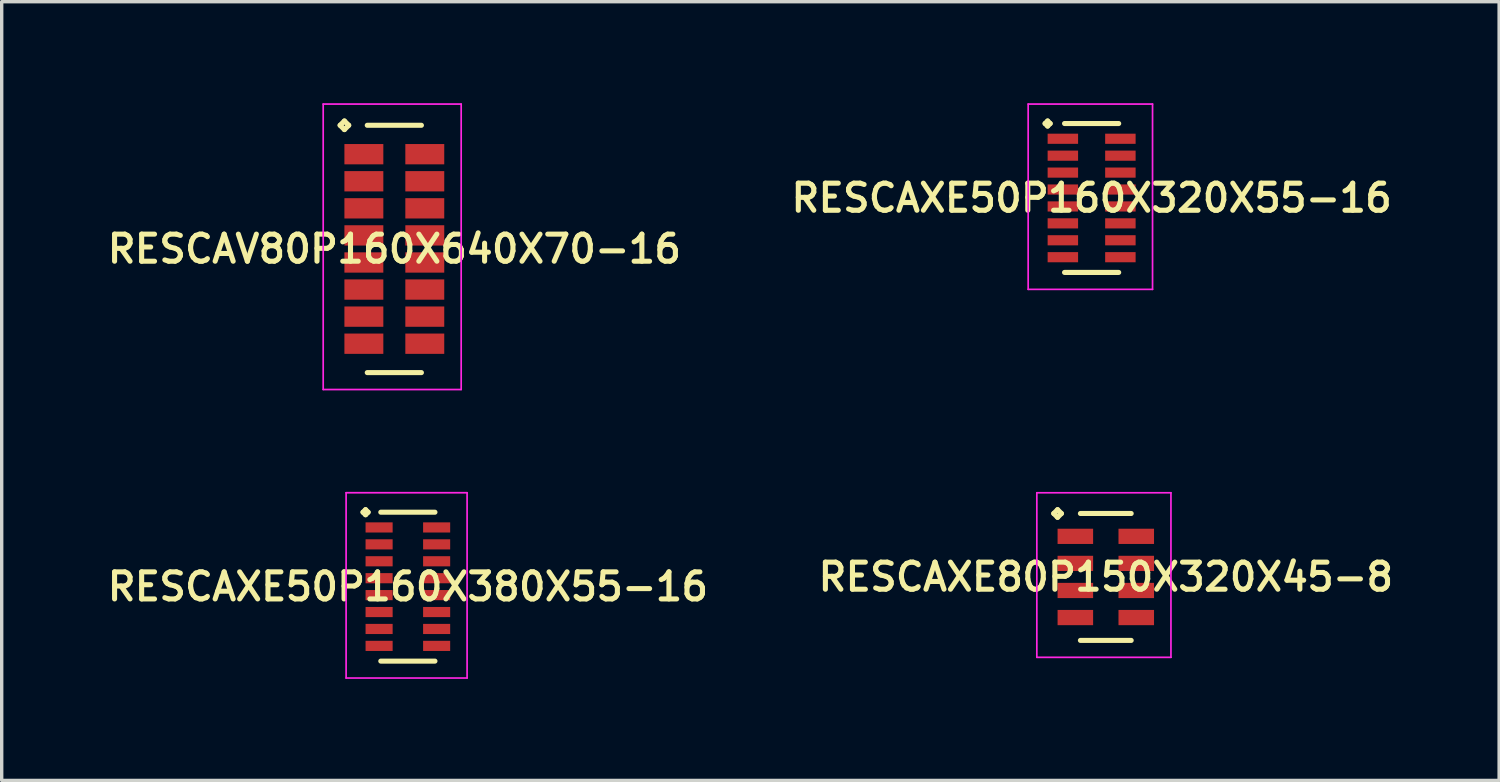
<source format=kicad_pcb>
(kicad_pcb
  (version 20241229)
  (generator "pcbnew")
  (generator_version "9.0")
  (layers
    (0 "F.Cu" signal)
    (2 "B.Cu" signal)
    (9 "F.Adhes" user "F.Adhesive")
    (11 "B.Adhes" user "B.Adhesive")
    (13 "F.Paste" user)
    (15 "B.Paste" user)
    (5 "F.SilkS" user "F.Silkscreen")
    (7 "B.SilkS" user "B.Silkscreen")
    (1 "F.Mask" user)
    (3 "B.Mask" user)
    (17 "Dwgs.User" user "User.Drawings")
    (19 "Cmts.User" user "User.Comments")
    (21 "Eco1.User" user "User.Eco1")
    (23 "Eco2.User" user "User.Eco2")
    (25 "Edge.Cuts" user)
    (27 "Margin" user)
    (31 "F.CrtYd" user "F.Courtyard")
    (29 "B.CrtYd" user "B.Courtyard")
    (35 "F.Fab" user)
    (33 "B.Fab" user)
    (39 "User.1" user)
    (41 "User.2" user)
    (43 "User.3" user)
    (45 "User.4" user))
  (footprint "RESCAXE50P160X380X55-16"
    (layer "F.Cu")
    (at 9.002 14.285)
    (property "Reference" "RESCAXE50P160X380X55-16" (at 0 0 0) (layer "F.SilkS") (effects (font (size 0.8 0.8) (thickness 0.15))))
    (attr smd)
    (fp_line (start -1.325 -2.2) (end -1.25 -2.275) (stroke (width 0.15) (type solid)) (layer "F.SilkS"))
    (fp_line (start -1.25 -2.275) (end -1.175 -2.2) (stroke (width 0.15) (type solid)) (layer "F.SilkS"))
    (fp_line (start -1.25 -2.125) (end -1.325 -2.2) (stroke (width 0.15) (type solid)) (layer "F.SilkS"))
    (fp_line (start -1.175 -2.2) (end -1.25 -2.125) (stroke (width 0.15) (type solid)) (layer "F.SilkS"))
    (fp_line (start -0.8 -2.2) (end 0.8 -2.2) (stroke (width 0.15) (type solid)) (layer "F.SilkS"))
    (fp_line (start -0.8 2.2) (end 0.8 2.2) (stroke (width 0.15) (type solid)) (layer "F.SilkS"))
    (fp_line (start -1.825 -2.775) (end 1.75 -2.775) (stroke (width 0.05) (type solid)) (layer "F.CrtYd"))
    (fp_line (start -1.825 2.7) (end -1.825 -2.775) (stroke (width 0.05) (type solid)) (layer "F.CrtYd"))
    (fp_line (start 1.75 -2.775) (end 1.75 2.7) (stroke (width 0.05) (type solid)) (layer "F.CrtYd"))
    (fp_line (start 1.75 2.7) (end -1.825 2.7) (stroke (width 0.05) (type solid)) (layer "F.CrtYd"))
    (pad "1" smd rect (at -0.85 -1.75) (size 0.8 0.3) (layers "F.Cu" "F.Mask" "F.Paste"))
    (pad "2" smd rect (at -0.85 -1.25) (size 0.8 0.3) (layers "F.Cu" "F.Mask" "F.Paste"))
    (pad "3" smd rect (at -0.85 -0.75) (size 0.8 0.3) (layers "F.Cu" "F.Mask" "F.Paste"))
    (pad "4" smd rect (at -0.85 -0.25) (size 0.8 0.3) (layers "F.Cu" "F.Mask" "F.Paste"))
    (pad "5" smd rect (at -0.85 0.25) (size 0.8 0.3) (layers "F.Cu" "F.Mask" "F.Paste"))
    (pad "6" smd rect (at -0.85 0.75) (size 0.8 0.3) (layers "F.Cu" "F.Mask" "F.Paste"))
    (pad "7" smd rect (at -0.85 1.25) (size 0.8 0.3) (layers "F.Cu" "F.Mask" "F.Paste"))
    (pad "8" smd rect (at -0.85 1.75) (size 0.8 0.3) (layers "F.Cu" "F.Mask" "F.Paste"))
    (pad "9" smd rect (at 0.85 1.75) (size 0.8 0.3) (layers "F.Cu" "F.Mask" "F.Paste"))
    (pad "10" smd rect (at 0.85 1.25) (size 0.8 0.3) (layers "F.Cu" "F.Mask" "F.Paste"))
    (pad "11" smd rect (at 0.85 0.75) (size 0.8 0.3) (layers "F.Cu" "F.Mask" "F.Paste"))
    (pad "12" smd rect (at 0.85 0.25) (size 0.8 0.3) (layers "F.Cu" "F.Mask" "F.Paste"))
    (pad "13" smd rect (at 0.85 -0.25) (size 0.8 0.3) (layers "F.Cu" "F.Mask" "F.Paste"))
    (pad "14" smd rect (at 0.85 -0.75) (size 0.8 0.3) (layers "F.Cu" "F.Mask" "F.Paste"))
    (pad "15" smd rect (at 0.85 -1.25) (size 0.8 0.3) (layers "F.Cu" "F.Mask" "F.Paste"))
    (pad "16" smd rect (at 0.85 -1.75) (size 0.8 0.3) (layers "F.Cu" "F.Mask" "F.Paste")))
  (footprint "RESCAXE80P150X320X45-8"
    (layer "F.Cu")
    (at 29.625 13.998)
    (property "Reference" "RESCAXE80P150X320X45-8" (at 0 0 0) (layer "F.SilkS") (effects (font (size 0.8 0.8) (thickness 0.15))))
    (attr smd)
    (fp_line (start -1.538 -1.875) (end -1.425 -1.988) (stroke (width 0.15) (type solid)) (layer "F.SilkS"))
    (fp_line (start -1.425 -1.988) (end -1.312 -1.875) (stroke (width 0.15) (type solid)) (layer "F.SilkS"))
    (fp_line (start -1.425 -1.762) (end -1.538 -1.875) (stroke (width 0.15) (type solid)) (layer "F.SilkS"))
    (fp_line (start -1.312 -1.875) (end -1.425 -1.762) (stroke (width 0.15) (type solid)) (layer "F.SilkS"))
    (fp_line (start -0.75 -1.875) (end 0.75 -1.875) (stroke (width 0.15) (type solid)) (layer "F.SilkS"))
    (fp_line (start -0.75 1.875) (end 0.75 1.875) (stroke (width 0.15) (type solid)) (layer "F.SilkS"))
    (fp_line (start -2.038 -2.487) (end 1.925 -2.487) (stroke (width 0.05) (type solid)) (layer "F.CrtYd"))
    (fp_line (start -2.038 2.375) (end -2.038 -2.487) (stroke (width 0.05) (type solid)) (layer "F.CrtYd"))
    (fp_line (start 1.925 -2.487) (end 1.925 2.375) (stroke (width 0.05) (type solid)) (layer "F.CrtYd"))
    (fp_line (start 1.925 2.375) (end -2.038 2.375) (stroke (width 0.05) (type solid)) (layer "F.CrtYd"))
    (pad "1" smd rect (at -0.9 -1.2) (size 1.05 0.45) (layers "F.Cu" "F.Mask" "F.Paste"))
    (pad "2" smd rect (at -0.9 -0.4) (size 1.05 0.45) (layers "F.Cu" "F.Mask" "F.Paste"))
    (pad "3" smd rect (at -0.9 0.4) (size 1.05 0.45) (layers "F.Cu" "F.Mask" "F.Paste"))
    (pad "4" smd rect (at -0.9 1.2) (size 1.05 0.45) (layers "F.Cu" "F.Mask" "F.Paste"))
    (pad "5" smd rect (at 0.9 1.2) (size 1.05 0.45) (layers "F.Cu" "F.Mask" "F.Paste"))
    (pad "6" smd rect (at 0.9 0.4) (size 1.05 0.45) (layers "F.Cu" "F.Mask" "F.Paste"))
    (pad "7" smd rect (at 0.9 -0.4) (size 1.05 0.45) (layers "F.Cu" "F.Mask" "F.Paste"))
    (pad "8" smd rect (at 0.9 -1.2) (size 1.05 0.45) (layers "F.Cu" "F.Mask" "F.Paste")))
  (footprint "RESCAXE50P160X320X55-16"
    (layer "F.Cu")
    (at 29.206 2.8)
    (property "Reference" "RESCAXE50P160X320X55-16" (at 0 0 0) (layer "F.SilkS") (effects (font (size 0.8 0.8) (thickness 0.15))))
    (attr smd)
    (fp_line (start -1.375 -2.2) (end -1.3 -2.275) (stroke (width 0.15) (type solid)) (layer "F.SilkS"))
    (fp_line (start -1.3 -2.275) (end -1.225 -2.2) (stroke (width 0.15) (type solid)) (layer "F.SilkS"))
    (fp_line (start -1.3 -2.125) (end -1.375 -2.2) (stroke (width 0.15) (type solid)) (layer "F.SilkS"))
    (fp_line (start -1.225 -2.2) (end -1.3 -2.125) (stroke (width 0.15) (type solid)) (layer "F.SilkS"))
    (fp_line (start -0.8 -2.2) (end 0.8 -2.2) (stroke (width 0.15) (type solid)) (layer "F.SilkS"))
    (fp_line (start -0.8 2.2) (end 0.8 2.2) (stroke (width 0.15) (type solid)) (layer "F.SilkS"))
    (fp_line (start -1.875 -2.775) (end 1.8 -2.775) (stroke (width 0.05) (type solid)) (layer "F.CrtYd"))
    (fp_line (start -1.875 2.7) (end -1.875 -2.775) (stroke (width 0.05) (type solid)) (layer "F.CrtYd"))
    (fp_line (start 1.8 -2.775) (end 1.8 2.7) (stroke (width 0.05) (type solid)) (layer "F.CrtYd"))
    (fp_line (start 1.8 2.7) (end -1.875 2.7) (stroke (width 0.05) (type solid)) (layer "F.CrtYd"))
    (pad "1" smd rect (at -0.85 -1.75) (size 0.9 0.3) (layers "F.Cu" "F.Mask" "F.Paste"))
    (pad "2" smd rect (at -0.85 -1.25) (size 0.9 0.3) (layers "F.Cu" "F.Mask" "F.Paste"))
    (pad "3" smd rect (at -0.85 -0.75) (size 0.9 0.3) (layers "F.Cu" "F.Mask" "F.Paste"))
    (pad "4" smd rect (at -0.85 -0.25) (size 0.9 0.3) (layers "F.Cu" "F.Mask" "F.Paste"))
    (pad "5" smd rect (at -0.85 0.25) (size 0.9 0.3) (layers "F.Cu" "F.Mask" "F.Paste"))
    (pad "6" smd rect (at -0.85 0.75) (size 0.9 0.3) (layers "F.Cu" "F.Mask" "F.Paste"))
    (pad "7" smd rect (at -0.85 1.25) (size 0.9 0.3) (layers "F.Cu" "F.Mask" "F.Paste"))
    (pad "8" smd rect (at -0.85 1.75) (size 0.9 0.3) (layers "F.Cu" "F.Mask" "F.Paste"))
    (pad "9" smd rect (at 0.85 1.75) (size 0.9 0.3) (layers "F.Cu" "F.Mask" "F.Paste"))
    (pad "10" smd rect (at 0.85 1.25) (size 0.9 0.3) (layers "F.Cu" "F.Mask" "F.Paste"))
    (pad "11" smd rect (at 0.85 0.75) (size 0.9 0.3) (layers "F.Cu" "F.Mask" "F.Paste"))
    (pad "12" smd rect (at 0.85 0.25) (size 0.9 0.3) (layers "F.Cu" "F.Mask" "F.Paste"))
    (pad "13" smd rect (at 0.85 -0.25) (size 0.9 0.3) (layers "F.Cu" "F.Mask" "F.Paste"))
    (pad "14" smd rect (at 0.85 -0.75) (size 0.9 0.3) (layers "F.Cu" "F.Mask" "F.Paste"))
    (pad "15" smd rect (at 0.85 -1.25) (size 0.9 0.3) (layers "F.Cu" "F.Mask" "F.Paste"))
    (pad "16" smd rect (at 0.85 -1.75) (size 0.9 0.3) (layers "F.Cu" "F.Mask" "F.Paste")))
  (footprint "RESCAV80P160X640X70-16"
    (layer "F.Cu")
    (at 8.602 4.306)
    (property "Reference" "RESCAV80P160X640X70-16" (at 0 0 0) (layer "F.SilkS") (effects (font (size 0.8 0.8) (thickness 0.15))))
    (attr smd)
    (fp_line (start -1.602 -3.654) (end -1.475 -3.781) (stroke (width 0.15) (type solid)) (layer "F.SilkS"))
    (fp_line (start -1.475 -3.781) (end -1.348 -3.654) (stroke (width 0.15) (type solid)) (layer "F.SilkS"))
    (fp_line (start -1.475 -3.527) (end -1.602 -3.654) (stroke (width 0.15) (type solid)) (layer "F.SilkS"))
    (fp_line (start -1.348 -3.654) (end -1.475 -3.527) (stroke (width 0.15) (type solid)) (layer "F.SilkS"))
    (fp_line (start -0.8 -3.654) (end 0.8 -3.654) (stroke (width 0.15) (type solid)) (layer "F.SilkS"))
    (fp_line (start -0.8 3.654) (end 0.8 3.654) (stroke (width 0.15) (type solid)) (layer "F.SilkS"))
    (fp_line (start -2.102 -4.281) (end 1.975 -4.281) (stroke (width 0.05) (type solid)) (layer "F.CrtYd"))
    (fp_line (start -2.102 4.154) (end -2.102 -4.281) (stroke (width 0.05) (type solid)) (layer "F.CrtYd"))
    (fp_line (start 1.975 -4.281) (end 1.975 4.154) (stroke (width 0.05) (type solid)) (layer "F.CrtYd"))
    (fp_line (start 1.975 4.154) (end -2.102 4.154) (stroke (width 0.05) (type solid)) (layer "F.CrtYd"))
    (pad "1" smd rect (at -0.9 -2.8) (size 1.15 0.6) (layers "F.Cu" "F.Mask" "F.Paste"))
    (pad "2" smd rect (at -0.9 -2) (size 1.15 0.6) (layers "F.Cu" "F.Mask" "F.Paste"))
    (pad "3" smd rect (at -0.9 -1.2) (size 1.15 0.6) (layers "F.Cu" "F.Mask" "F.Paste"))
    (pad "4" smd rect (at -0.9 -0.4) (size 1.15 0.6) (layers "F.Cu" "F.Mask" "F.Paste"))
    (pad "5" smd rect (at -0.9 0.4) (size 1.15 0.6) (layers "F.Cu" "F.Mask" "F.Paste"))
    (pad "6" smd rect (at -0.9 1.2) (size 1.15 0.6) (layers "F.Cu" "F.Mask" "F.Paste"))
    (pad "7" smd rect (at -0.9 2) (size 1.15 0.6) (layers "F.Cu" "F.Mask" "F.Paste"))
    (pad "8" smd rect (at -0.9 2.8) (size 1.15 0.6) (layers "F.Cu" "F.Mask" "F.Paste"))
    (pad "9" smd rect (at 0.9 2.8) (size 1.15 0.6) (layers "F.Cu" "F.Mask" "F.Paste"))
    (pad "10" smd rect (at 0.9 2) (size 1.15 0.6) (layers "F.Cu" "F.Mask" "F.Paste"))
    (pad "11" smd rect (at 0.9 1.2) (size 1.15 0.6) (layers "F.Cu" "F.Mask" "F.Paste"))
    (pad "12" smd rect (at 0.9 0.4) (size 1.15 0.6) (layers "F.Cu" "F.Mask" "F.Paste"))
    (pad "13" smd rect (at 0.9 -0.4) (size 1.15 0.6) (layers "F.Cu" "F.Mask" "F.Paste"))
    (pad "14" smd rect (at 0.9 -1.2) (size 1.15 0.6) (layers "F.Cu" "F.Mask" "F.Paste"))
    (pad "15" smd rect (at 0.9 -2) (size 1.15 0.6) (layers "F.Cu" "F.Mask" "F.Paste"))
    (pad "16" smd rect (at 0.9 -2.8) (size 1.15 0.6) (layers "F.Cu" "F.Mask" "F.Paste")))
  (gr_rect
    (start -3 -3)
    (end 41.247 20.01)
    (stroke (width 0.1) (type default))
    (fill no)
    (layer "Edge.Cuts")))
</source>
